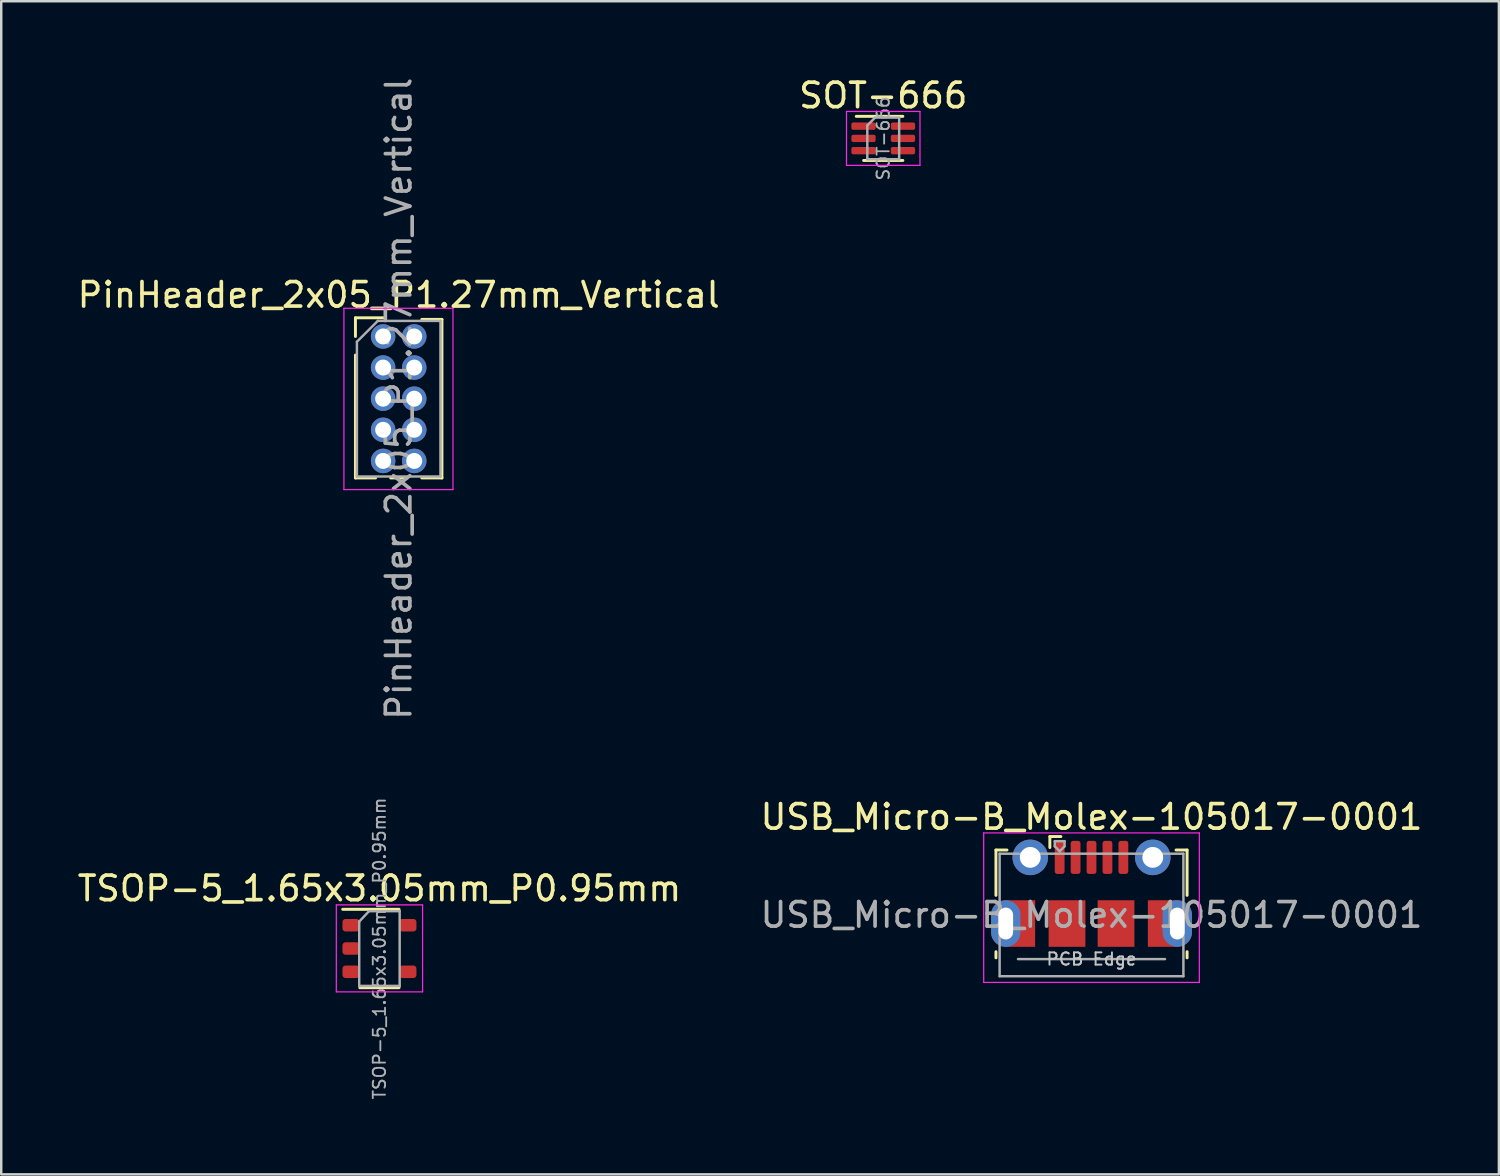
<source format=kicad_pcb>
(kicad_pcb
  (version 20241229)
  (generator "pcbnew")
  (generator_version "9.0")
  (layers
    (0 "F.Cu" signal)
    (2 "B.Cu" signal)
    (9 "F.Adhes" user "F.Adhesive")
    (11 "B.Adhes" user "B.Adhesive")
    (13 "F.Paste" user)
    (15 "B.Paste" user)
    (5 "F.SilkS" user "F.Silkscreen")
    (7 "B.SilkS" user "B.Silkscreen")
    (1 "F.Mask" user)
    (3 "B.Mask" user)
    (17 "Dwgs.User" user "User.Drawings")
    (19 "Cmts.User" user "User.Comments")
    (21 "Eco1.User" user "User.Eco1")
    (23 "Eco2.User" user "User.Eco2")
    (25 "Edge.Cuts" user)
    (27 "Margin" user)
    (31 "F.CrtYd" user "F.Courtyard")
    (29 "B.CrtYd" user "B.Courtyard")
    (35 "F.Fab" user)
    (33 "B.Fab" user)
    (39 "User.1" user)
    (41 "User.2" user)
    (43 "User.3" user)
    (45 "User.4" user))
  (footprint "SOT-666"
    (layer "F.Cu")
    (at 32.994 2.598)
    (property "Reference" "SOT-666" (at 0 -1.75 0) (layer "F.SilkS") (effects (font (size 1 1) (thickness 0.15))))
    (attr smd)
    (fp_line (start -0.8 0.9) (end 0.8 0.9) (stroke (width 0.12) (type solid)) (layer "F.SilkS"))
    (fp_line (start 0.8 -0.9) (end -1.1 -0.9) (stroke (width 0.12) (type solid)) (layer "F.SilkS"))
    (fp_line (start -1.5 -1.1) (end -1.5 1.1) (stroke (width 0.05) (type solid)) (layer "F.CrtYd"))
    (fp_line (start -1.5 -1.1) (end 1.5 -1.1) (stroke (width 0.05) (type solid)) (layer "F.CrtYd"))
    (fp_line (start -1.5 1.1) (end 1.5 1.1) (stroke (width 0.05) (type solid)) (layer "F.CrtYd"))
    (fp_line (start 1.5 1.1) (end 1.5 -1.1) (stroke (width 0.05) (type solid)) (layer "F.CrtYd"))
    (fp_line (start -0.65 -0.53) (end -0.65 0.85) (stroke (width 0.1) (type solid)) (layer "F.Fab"))
    (fp_line (start -0.65 -0.53) (end -0.33 -0.85) (stroke (width 0.1) (type solid)) (layer "F.Fab"))
    (fp_line (start 0.65 -0.85) (end -0.33 -0.85) (stroke (width 0.1) (type solid)) (layer "F.Fab"))
    (fp_line (start 0.65 -0.85) (end 0.65 0.85) (stroke (width 0.1) (type solid)) (layer "F.Fab"))
    (fp_line (start 0.65 0.85) (end -0.65 0.85) (stroke (width 0.1) (type solid)) (layer "F.Fab"))
    (fp_text user "${REFERENCE}" (at 0 0 90) (layer "F.Fab") (effects (font (size 0.5 0.5) (thickness 0.075))))
    (pad "1" smd roundrect (at -0.805 -0.5) (size 0.99 0.3) (layers "F.Cu" "F.Mask" "F.Paste") (roundrect_rratio 0.25))
    (pad "2" smd roundrect (at -0.805 0) (size 0.99 0.3) (layers "F.Cu" "F.Mask" "F.Paste") (roundrect_rratio 0.25))
    (pad "3" smd roundrect (at -0.805 0.5) (size 0.99 0.3) (layers "F.Cu" "F.Mask" "F.Paste") (roundrect_rratio 0.25))
    (pad "4" smd roundrect (at 0.805 0.5) (size 0.99 0.3) (layers "F.Cu" "F.Mask" "F.Paste") (roundrect_rratio 0.25))
    (pad "5" smd roundrect (at 0.805 0) (size 0.99 0.3) (layers "F.Cu" "F.Mask" "F.Paste") (roundrect_rratio 0.25))
    (pad "6" smd roundrect (at 0.805 -0.5) (size 0.99 0.3) (layers "F.Cu" "F.Mask" "F.Paste") (roundrect_rratio 0.25)))
  (footprint "PinHeader_2x05_P1.27mm_Vertical"
    (layer "F.Cu")
    (at 12.585 10.68)
    (property "Reference" "PinHeader_2x05_P1.27mm_Vertical" (at 0.635 -1.695 0) (layer "F.SilkS") (effects (font (size 1 1) (thickness 0.15))))
    (attr through_hole)
    (fp_line (start -1.13 -0.76) (end 0 -0.76) (stroke (width 0.12) (type solid)) (layer "F.SilkS"))
    (fp_line (start -1.13 0) (end -1.13 -0.76) (stroke (width 0.12) (type solid)) (layer "F.SilkS"))
    (fp_line (start -1.13 0.76) (end -1.13 5.775) (stroke (width 0.12) (type solid)) (layer "F.SilkS"))
    (fp_line (start -1.13 5.775) (end -0.308 5.775) (stroke (width 0.12) (type solid)) (layer "F.SilkS"))
    (fp_line (start 0.308 5.775) (end 0.962 5.775) (stroke (width 0.12) (type solid)) (layer "F.SilkS"))
    (fp_line (start 1.578 -0.695) (end 2.4 -0.695) (stroke (width 0.12) (type solid)) (layer "F.SilkS"))
    (fp_line (start 1.578 5.775) (end 2.4 5.775) (stroke (width 0.12) (type solid)) (layer "F.SilkS"))
    (fp_line (start 2.4 -0.695) (end 2.4 5.775) (stroke (width 0.12) (type solid)) (layer "F.SilkS"))
    (fp_line (start -1.6 -1.15) (end -1.6 6.25) (stroke (width 0.05) (type solid)) (layer "F.CrtYd"))
    (fp_line (start -1.6 6.25) (end 2.85 6.25) (stroke (width 0.05) (type solid)) (layer "F.CrtYd"))
    (fp_line (start 2.85 -1.15) (end -1.6 -1.15) (stroke (width 0.05) (type solid)) (layer "F.CrtYd"))
    (fp_line (start 2.85 6.25) (end 2.85 -1.15) (stroke (width 0.05) (type solid)) (layer "F.CrtYd"))
    (fp_line (start -1.07 0.217) (end -0.217 -0.635) (stroke (width 0.1) (type solid)) (layer "F.Fab"))
    (fp_line (start -1.07 5.715) (end -1.07 0.217) (stroke (width 0.1) (type solid)) (layer "F.Fab"))
    (fp_line (start -0.217 -0.635) (end 2.34 -0.635) (stroke (width 0.1) (type solid)) (layer "F.Fab"))
    (fp_line (start 2.34 -0.635) (end 2.34 5.715) (stroke (width 0.1) (type solid)) (layer "F.Fab"))
    (fp_line (start 2.34 5.715) (end -1.07 5.715) (stroke (width 0.1) (type solid)) (layer "F.Fab"))
    (fp_text user "${REFERENCE}" (at 0.635 2.54 90) (layer "F.Fab") (effects (font (size 1 1) (thickness 0.15))))
    (pad "1" thru_hole circle (at 0 0) (size 1 1) (drill 0.65) (layers "*.Cu" "*.Mask"))
    (pad "2" thru_hole oval (at 1.27 0) (size 1 1) (drill 0.65) (layers "*.Cu" "*.Mask"))
    (pad "3" thru_hole oval (at 0 1.27) (size 1 1) (drill 0.65) (layers "*.Cu" "*.Mask"))
    (pad "4" thru_hole oval (at 1.27 1.27) (size 1 1) (drill 0.65) (layers "*.Cu" "*.Mask"))
    (pad "5" thru_hole oval (at 0 2.54) (size 1 1) (drill 0.65) (layers "*.Cu" "*.Mask"))
    (pad "6" thru_hole oval (at 1.27 2.54) (size 1 1) (drill 0.65) (layers "*.Cu" "*.Mask"))
    (pad "7" thru_hole oval (at 0 3.81) (size 1 1) (drill 0.65) (layers "*.Cu" "*.Mask"))
    (pad "8" thru_hole oval (at 1.27 3.81) (size 1 1) (drill 0.65) (layers "*.Cu" "*.Mask"))
    (pad "9" thru_hole oval (at 0 5.08) (size 1 1) (drill 0.65) (layers "*.Cu" "*.Mask"))
    (pad "10" thru_hole oval (at 1.27 5.08) (size 1 1) (drill 0.65) (layers "*.Cu" "*.Mask")))
  (footprint "TSOP-5_1.65x3.05mm_P0.95mm"
    (layer "F.Cu")
    (at 12.435 35.658)
    (property "Reference" "TSOP-5_1.65x3.05mm_P0.95mm" (at 0 -2.45 0) (layer "F.SilkS") (effects (font (size 1 1) (thickness 0.15))))
    (attr smd)
    (fp_line (start -0.8 1.6) (end 0.8 1.6) (stroke (width 0.12) (type solid)) (layer "F.SilkS"))
    (fp_line (start 0.8 -1.6) (end -1.5 -1.6) (stroke (width 0.12) (type solid)) (layer "F.SilkS"))
    (fp_line (start -1.76 -1.78) (end -1.76 1.77) (stroke (width 0.05) (type solid)) (layer "F.CrtYd"))
    (fp_line (start -1.76 -1.78) (end 1.76 -1.78) (stroke (width 0.05) (type solid)) (layer "F.CrtYd"))
    (fp_line (start 1.76 1.77) (end -1.76 1.77) (stroke (width 0.05) (type solid)) (layer "F.CrtYd"))
    (fp_line (start 1.76 1.77) (end 1.76 -1.78) (stroke (width 0.05) (type solid)) (layer "F.CrtYd"))
    (fp_line (start -0.825 -1.1) (end -0.825 1.525) (stroke (width 0.1) (type solid)) (layer "F.Fab"))
    (fp_line (start -0.825 -1.1) (end -0.425 -1.525) (stroke (width 0.1) (type solid)) (layer "F.Fab"))
    (fp_line (start 0.825 -1.525) (end -0.425 -1.525) (stroke (width 0.1) (type solid)) (layer "F.Fab"))
    (fp_line (start 0.825 -1.525) (end 0.825 1.525) (stroke (width 0.1) (type solid)) (layer "F.Fab"))
    (fp_line (start 0.825 1.525) (end -0.825 1.525) (stroke (width 0.1) (type solid)) (layer "F.Fab"))
    (fp_text user "${REFERENCE}" (at 0 0 90) (layer "F.Fab") (effects (font (size 0.5 0.5) (thickness 0.075))))
    (pad "1" smd roundrect (at -1.16 -0.95) (size 0.7 0.51) (layers "F.Cu" "F.Mask" "F.Paste") (roundrect_rratio 0.25))
    (pad "2" smd roundrect (at -1.16 0) (size 0.7 0.51) (layers "F.Cu" "F.Mask" "F.Paste") (roundrect_rratio 0.25))
    (pad "3" smd roundrect (at -1.16 0.95) (size 0.7 0.51) (layers "F.Cu" "F.Mask" "F.Paste") (roundrect_rratio 0.25))
    (pad "4" smd roundrect (at 1.16 0.95) (size 0.7 0.51) (layers "F.Cu" "F.Mask" "F.Paste") (roundrect_rratio 0.25))
    (pad "5" smd roundrect (at 1.16 -0.95) (size 0.7 0.51) (layers "F.Cu" "F.Mask" "F.Paste") (roundrect_rratio 0.25)))
  (footprint "USB_Micro-B_Molex-105017-0001"
    (layer "F.Cu")
    (at 41.494 33.401)
    (property "Reference" "USB_Micro-B_Molex-105017-0001" (at 0 -3.112 0) (layer "F.SilkS") (effects (font (size 1 1) (thickness 0.15))))
    (attr smd)
    (fp_line (start -3.9 -1.762) (end -3.45 -1.762) (stroke (width 0.12) (type solid)) (layer "F.SilkS"))
    (fp_line (start -3.9 0.087) (end -3.9 -1.762) (stroke (width 0.12) (type solid)) (layer "F.SilkS"))
    (fp_line (start -3.9 2.638) (end -3.9 2.388) (stroke (width 0.12) (type solid)) (layer "F.SilkS"))
    (fp_line (start -1.7 -2.312) (end -1.7 -1.863) (stroke (width 0.12) (type solid)) (layer "F.SilkS"))
    (fp_line (start -1.7 -2.312) (end -1.25 -2.312) (stroke (width 0.12) (type solid)) (layer "F.SilkS"))
    (fp_line (start 3.9 -1.762) (end 3.45 -1.762) (stroke (width 0.12) (type solid)) (layer "F.SilkS"))
    (fp_line (start 3.9 0.087) (end 3.9 -1.762) (stroke (width 0.12) (type solid)) (layer "F.SilkS"))
    (fp_line (start 3.9 2.638) (end 3.9 2.388) (stroke (width 0.12) (type solid)) (layer "F.SilkS"))
    (fp_line (start -4.4 -2.46) (end 4.4 -2.46) (stroke (width 0.05) (type solid)) (layer "F.CrtYd"))
    (fp_line (start -4.4 3.64) (end -4.4 -2.46) (stroke (width 0.05) (type solid)) (layer "F.CrtYd"))
    (fp_line (start -4.4 3.64) (end 4.4 3.64) (stroke (width 0.05) (type solid)) (layer "F.CrtYd"))
    (fp_line (start 4.4 -2.46) (end 4.4 3.64) (stroke (width 0.05) (type solid)) (layer "F.CrtYd"))
    (fp_line (start -3.75 -1.613) (end 3.75 -1.613) (stroke (width 0.1) (type solid)) (layer "F.Fab"))
    (fp_line (start -3.75 3.388) (end -3.75 -1.613) (stroke (width 0.1) (type solid)) (layer "F.Fab"))
    (fp_line (start -3.75 3.389) (end 3.75 3.389) (stroke (width 0.1) (type solid)) (layer "F.Fab"))
    (fp_line (start -3 2.689) (end 3 2.689) (stroke (width 0.1) (type solid)) (layer "F.Fab"))
    (fp_line (start -1.5 -2.123) (end -1.5 -1.913) (stroke (width 0.1) (type solid)) (layer "F.Fab"))
    (fp_line (start -1.5 -2.123) (end -1.1 -2.123) (stroke (width 0.1) (type solid)) (layer "F.Fab"))
    (fp_line (start -1.3 -1.712) (end -1.5 -1.913) (stroke (width 0.1) (type solid)) (layer "F.Fab"))
    (fp_line (start -1.1 -2.123) (end -1.1 -1.913) (stroke (width 0.1) (type solid)) (layer "F.Fab"))
    (fp_line (start -1.1 -1.913) (end -1.3 -1.712) (stroke (width 0.1) (type solid)) (layer "F.Fab"))
    (fp_line (start 3.75 3.388) (end 3.75 -1.613) (stroke (width 0.1) (type solid)) (layer "F.Fab"))
    (fp_text user "PCB Edge" (at 0 2.688 0) (layer "Dwgs.User") (effects (font (size 0.5 0.5) (thickness 0.08))))
    (fp_text user "${REFERENCE}" (at 0 0.887 0) (layer "F.Fab") (effects (font (size 1 1) (thickness 0.15))))
    (pad "1" smd roundrect (at -1.3 -1.462) (size 0.4 1.35) (layers "F.Cu" "F.Mask" "F.Paste") (roundrect_rratio 0.25))
    (pad "2" smd roundrect (at -0.65 -1.462) (size 0.4 1.35) (layers "F.Cu" "F.Mask" "F.Paste") (roundrect_rratio 0.25))
    (pad "3" smd roundrect (at 0 -1.462) (size 0.4 1.35) (layers "F.Cu" "F.Mask" "F.Paste") (roundrect_rratio 0.25))
    (pad "4" smd roundrect (at 0.65 -1.462) (size 0.4 1.35) (layers "F.Cu" "F.Mask" "F.Paste") (roundrect_rratio 0.25))
    (pad "5" smd roundrect (at 1.3 -1.462) (size 0.4 1.35) (layers "F.Cu" "F.Mask" "F.Paste") (roundrect_rratio 0.25))
    (pad "6" thru_hole oval (at -3.5 1.238 180) (size 1.2 1.9) (drill oval 0.6 1.3) (layers "*.Cu" "*.Mask" "F.Paste"))
    (pad "6" smd rect (at -2.9 1.238) (size 1.2 1.9) (layers "F.Cu" "F.Mask" "F.Paste"))
    (pad "6" thru_hole circle (at -2.5 -1.462) (size 1.45 1.45) (drill 0.85) (layers "*.Cu" "*.Mask" "F.Paste"))
    (pad "6" smd rect (at -1 1.238) (size 1.5 1.9) (layers "F.Cu" "F.Mask" "F.Paste"))
    (pad "6" smd rect (at 1 1.238) (size 1.5 1.9) (layers "F.Cu" "F.Mask" "F.Paste"))
    (pad "6" thru_hole circle (at 2.5 -1.462) (size 1.45 1.45) (drill 0.85) (layers "*.Cu" "*.Mask" "F.Paste"))
    (pad "6" smd rect (at 2.9 1.238) (size 1.2 1.9) (layers "F.Cu" "F.Mask" "F.Paste"))
    (pad "6" thru_hole oval (at 3.5 1.238) (size 1.2 1.9) (drill oval 0.6 1.3) (layers "*.Cu" "*.Mask" "F.Paste")))
  (gr_rect
    (start -3 -3)
    (end 58.119 44.875)
    (stroke (width 0.1) (type default))
    (fill no)
    (layer "Edge.Cuts")))
</source>
